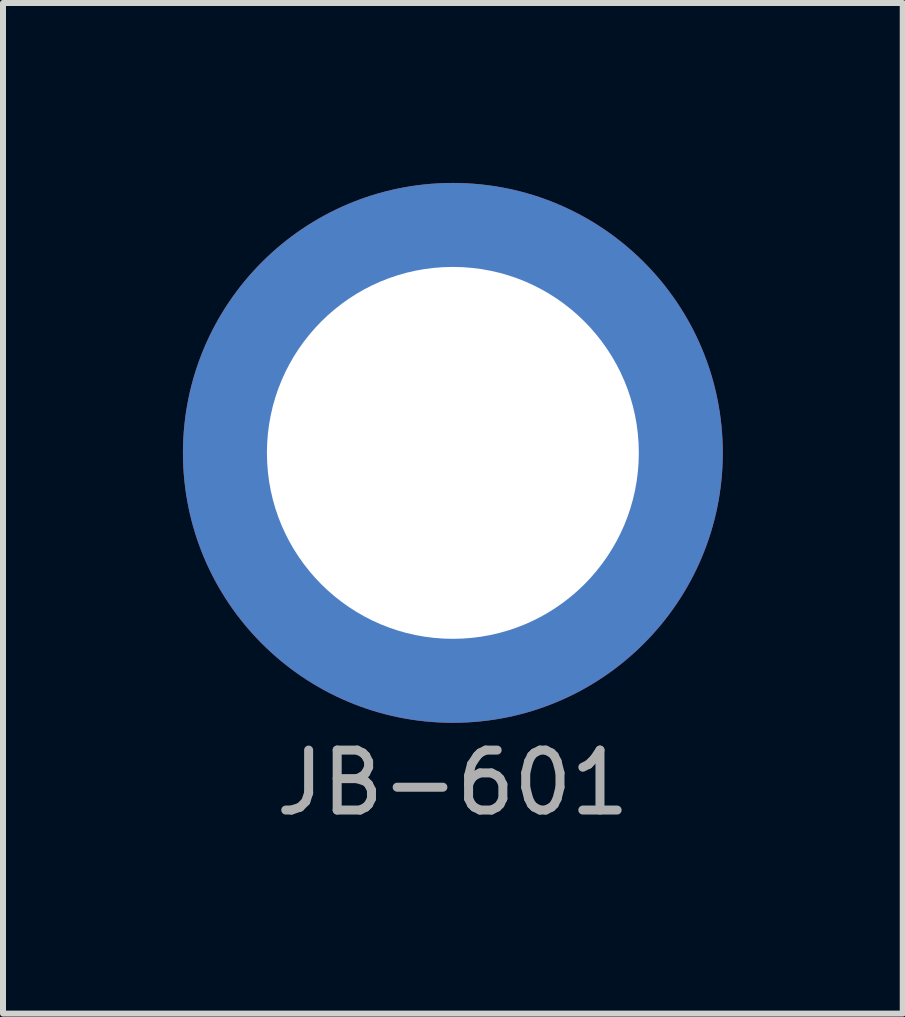
<source format=kicad_pcb>
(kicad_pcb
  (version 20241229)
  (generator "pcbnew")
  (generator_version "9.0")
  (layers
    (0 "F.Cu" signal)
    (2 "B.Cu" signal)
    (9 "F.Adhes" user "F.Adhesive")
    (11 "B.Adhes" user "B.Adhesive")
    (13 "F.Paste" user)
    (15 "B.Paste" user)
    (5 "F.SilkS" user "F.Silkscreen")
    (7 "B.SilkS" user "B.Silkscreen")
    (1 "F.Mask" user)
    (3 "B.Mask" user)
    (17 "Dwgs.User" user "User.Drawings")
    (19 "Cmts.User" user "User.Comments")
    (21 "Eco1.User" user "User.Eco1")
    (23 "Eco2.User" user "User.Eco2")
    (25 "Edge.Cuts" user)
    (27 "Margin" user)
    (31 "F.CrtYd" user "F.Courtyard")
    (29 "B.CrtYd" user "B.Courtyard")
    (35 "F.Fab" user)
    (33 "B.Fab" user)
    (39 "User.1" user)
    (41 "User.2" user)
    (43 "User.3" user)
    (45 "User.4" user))
  (footprint "JB-601"
    (layer "F.Cu")
    (at 4.5 4.5)
    (property "Reference" "JB-601" (at 0 5.5 0) (unlocked yes) (layer "F.SilkS") (effects (font (size 1 1) (thickness 0.1))))
    (attr through_hole)
    (fp_text user "${REFERENCE}" (at 0 5.5 0) (unlocked yes) (layer "F.Fab") (effects (font (size 1 1) (thickness 0.15))))
    (pad "1" thru_hole circle (at 0 0) (size 9 9) (drill 6.2) (layers "*.Cu" "*.Mask")))
  (gr_rect
    (start -3 -3)
    (end 12 13.848)
    (stroke (width 0.1) (type default))
    (fill no)
    (layer "Edge.Cuts")))
</source>
